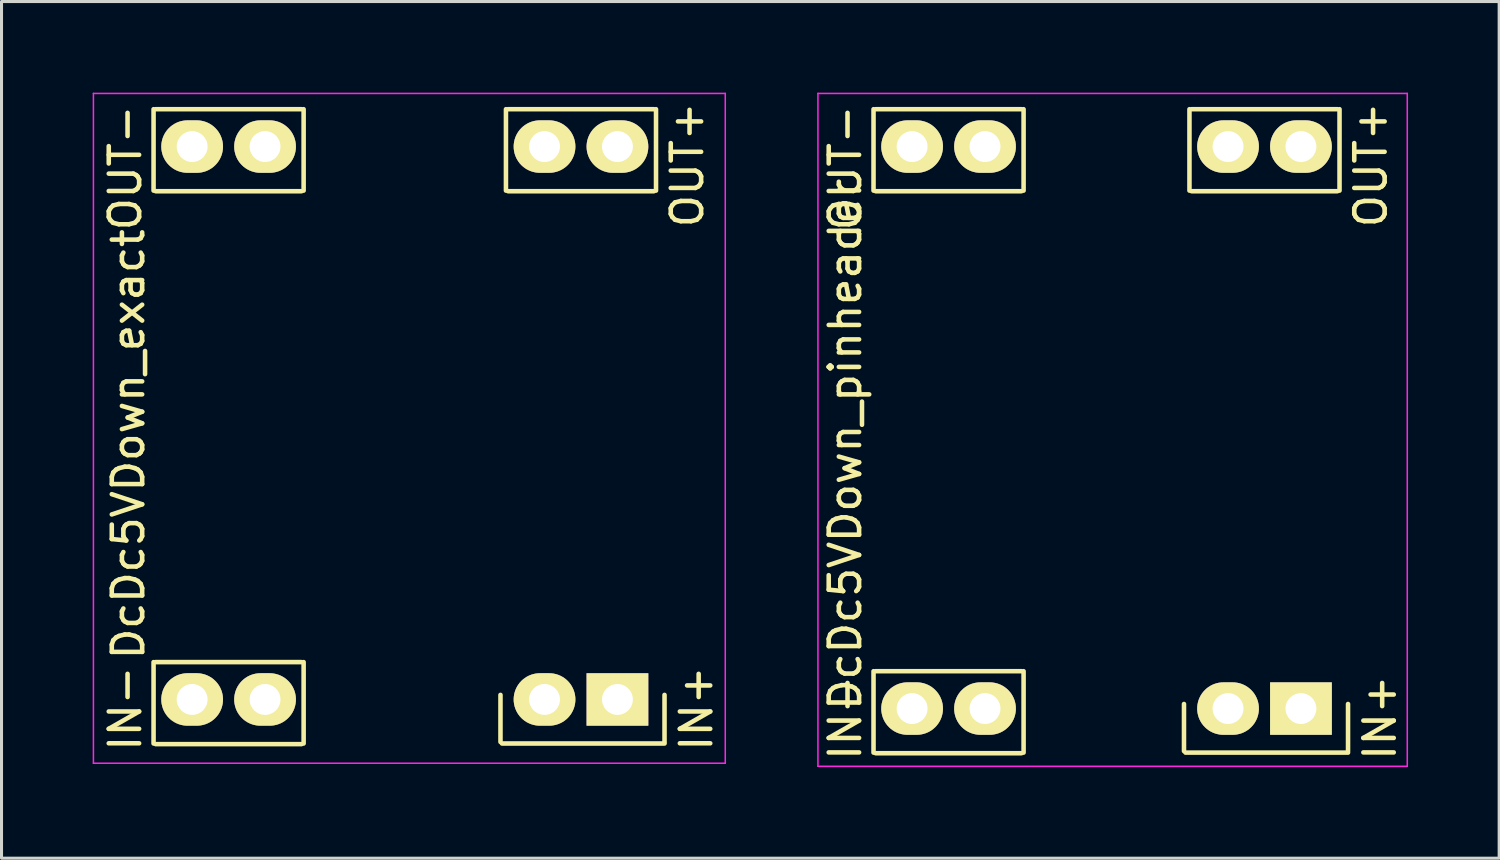
<source format=kicad_pcb>
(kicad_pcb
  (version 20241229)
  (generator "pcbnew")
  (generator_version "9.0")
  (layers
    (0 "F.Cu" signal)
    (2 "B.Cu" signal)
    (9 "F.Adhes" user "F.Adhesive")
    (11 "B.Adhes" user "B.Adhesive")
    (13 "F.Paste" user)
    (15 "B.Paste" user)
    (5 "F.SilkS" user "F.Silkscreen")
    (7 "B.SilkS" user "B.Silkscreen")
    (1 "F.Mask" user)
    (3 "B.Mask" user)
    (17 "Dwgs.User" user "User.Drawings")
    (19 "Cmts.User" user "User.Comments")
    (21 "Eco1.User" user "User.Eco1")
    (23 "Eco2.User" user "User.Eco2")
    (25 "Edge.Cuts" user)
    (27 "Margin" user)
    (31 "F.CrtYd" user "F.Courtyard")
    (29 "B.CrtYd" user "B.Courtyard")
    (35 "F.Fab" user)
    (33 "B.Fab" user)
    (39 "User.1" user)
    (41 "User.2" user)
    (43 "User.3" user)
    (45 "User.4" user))
  (footprint "DcDc5VDown_exact"
    (layer "F.Cu")
    (at 10.275 1.475)
    (property "Reference" "DcDc5VDown_exact" (at -9.1 10.1 90) (layer "F.SilkS") (effects (font (size 1 1) (thickness 0.15))))
    (attr through_hole)
    (fp_line (start -8.27 -0.93) (end -8.27 1.75) (stroke (width 0.15) (type solid)) (layer "F.SilkS"))
    (fp_line (start -8.27 17.27) (end -8.27 19.95) (stroke (width 0.15) (type solid)) (layer "F.SilkS"))
    (fp_line (start -8.2 -0.93) (end -3.4 -0.93) (stroke (width 0.15) (type solid)) (layer "F.SilkS"))
    (fp_line (start -8.2 1.77) (end -3.4 1.77) (stroke (width 0.15) (type solid)) (layer "F.SilkS"))
    (fp_line (start -8.2 17.27) (end -3.4 17.27) (stroke (width 0.15) (type solid)) (layer "F.SilkS"))
    (fp_line (start -8.2 19.97) (end -3.4 19.97) (stroke (width 0.15) (type solid)) (layer "F.SilkS"))
    (fp_line (start -3.33 1.75) (end -3.33 -0.93) (stroke (width 0.15) (type solid)) (layer "F.SilkS"))
    (fp_line (start -3.33 19.95) (end -3.33 17.27) (stroke (width 0.15) (type solid)) (layer "F.SilkS"))
    (fp_line (start 3.15 19.9) (end 3.15 18.35) (stroke (width 0.15) (type solid)) (layer "F.SilkS"))
    (fp_line (start 3.2 19.95) (end 8.55 19.95) (stroke (width 0.15) (type solid)) (layer "F.SilkS"))
    (fp_line (start 3.33 -0.93) (end 3.33 1.75) (stroke (width 0.15) (type solid)) (layer "F.SilkS"))
    (fp_line (start 3.4 -0.93) (end 8.2 -0.93) (stroke (width 0.15) (type solid)) (layer "F.SilkS"))
    (fp_line (start 3.4 1.77) (end 8.2 1.77) (stroke (width 0.15) (type solid)) (layer "F.SilkS"))
    (fp_line (start 8.27 1.75) (end 8.27 -0.93) (stroke (width 0.15) (type solid)) (layer "F.SilkS"))
    (fp_line (start 8.55 18.35) (end 8.55 19.9) (stroke (width 0.15) (type solid)) (layer "F.SilkS"))
    (fp_line (start -10.25 -1.45) (end -10.25 20.6) (stroke (width 0.05) (type solid)) (layer "F.CrtYd"))
    (fp_line (start -10.25 -1.45) (end 10.55 -1.45) (stroke (width 0.05) (type solid)) (layer "F.CrtYd"))
    (fp_line (start -10.25 20.6) (end 10.55 20.6) (stroke (width 0.05) (type solid)) (layer "F.CrtYd"))
    (fp_line (start 10.55 -1.45) (end 10.55 20.6) (stroke (width 0.05) (type solid)) (layer "F.CrtYd"))
    (fp_text user "IN+" (at 9.6 18.8 90) (layer "F.SilkS") (effects (font (size 1 1) (thickness 0.15))))
    (fp_text user "OUT+" (at 9.3 0.9 90) (layer "F.SilkS") (effects (font (size 1 1) (thickness 0.15))))
    (fp_text user "IN-" (at -9.2 18.8 90) (layer "F.SilkS") (effects (font (size 1 1) (thickness 0.15))))
    (fp_text user "OUT-" (at -9.2 1 90) (layer "F.SilkS") (effects (font (size 1 1) (thickness 0.15))))
    (pad "1" thru_hole oval (at 4.6 18.5) (size 2.032 1.727) (drill 1.016) (layers "*.Cu" "*.Mask" "F.SilkS"))
    (pad "1" thru_hole rect (at 7 18.5) (size 2.032 1.727) (drill 1.016) (layers "*.Cu" "*.Mask" "F.SilkS"))
    (pad "2" thru_hole oval (at -7 18.5) (size 2.032 1.727) (drill 1.016) (layers "*.Cu" "*.Mask" "F.SilkS"))
    (pad "2" thru_hole oval (at -4.6 18.5) (size 2.032 1.727) (drill 1.016) (layers "*.Cu" "*.Mask" "F.SilkS"))
    (pad "3" thru_hole oval (at 4.6 0.3) (size 2.032 1.727) (drill 1.016) (layers "*.Cu" "*.Mask" "F.SilkS"))
    (pad "3" thru_hole oval (at 7 0.3) (size 2.032 1.727) (drill 1.016) (layers "*.Cu" "*.Mask" "F.SilkS"))
    (pad "4" thru_hole oval (at -7 0.3) (size 2.032 1.727) (drill 1.016) (layers "*.Cu" "*.Mask" "F.SilkS"))
    (pad "4" thru_hole oval (at -4.6 0.3) (size 2.032 1.727) (drill 1.016) (layers "*.Cu" "*.Mask" "F.SilkS")))
  (footprint "DcDc5VDown_pinheader"
    (layer "F.Cu")
    (at 33.375 1.475)
    (property "Reference" "DcDc5VDown_pinheader" (at -8.6 10.1 90) (layer "F.SilkS") (effects (font (size 1 1) (thickness 0.15))))
    (attr through_hole)
    (fp_line (start -7.67 -0.93) (end -7.67 1.75) (stroke (width 0.15) (type solid)) (layer "F.SilkS"))
    (fp_line (start -7.67 17.57) (end -7.67 20.25) (stroke (width 0.15) (type solid)) (layer "F.SilkS"))
    (fp_line (start -7.6 -0.93) (end -2.8 -0.93) (stroke (width 0.15) (type solid)) (layer "F.SilkS"))
    (fp_line (start -7.6 1.77) (end -2.8 1.77) (stroke (width 0.15) (type solid)) (layer "F.SilkS"))
    (fp_line (start -7.6 17.57) (end -2.8 17.57) (stroke (width 0.15) (type solid)) (layer "F.SilkS"))
    (fp_line (start -7.6 20.27) (end -2.8 20.27) (stroke (width 0.15) (type solid)) (layer "F.SilkS"))
    (fp_line (start -2.73 1.75) (end -2.73 -0.93) (stroke (width 0.15) (type solid)) (layer "F.SilkS"))
    (fp_line (start -2.73 20.25) (end -2.73 17.57) (stroke (width 0.15) (type solid)) (layer "F.SilkS"))
    (fp_line (start 2.55 20.2) (end 2.55 18.65) (stroke (width 0.15) (type solid)) (layer "F.SilkS"))
    (fp_line (start 2.6 20.25) (end 7.95 20.25) (stroke (width 0.15) (type solid)) (layer "F.SilkS"))
    (fp_line (start 2.73 -0.93) (end 2.73 1.75) (stroke (width 0.15) (type solid)) (layer "F.SilkS"))
    (fp_line (start 2.8 -0.93) (end 7.6 -0.93) (stroke (width 0.15) (type solid)) (layer "F.SilkS"))
    (fp_line (start 2.8 1.77) (end 7.6 1.77) (stroke (width 0.15) (type solid)) (layer "F.SilkS"))
    (fp_line (start 7.67 1.75) (end 7.67 -0.93) (stroke (width 0.15) (type solid)) (layer "F.SilkS"))
    (fp_line (start 7.95 18.65) (end 7.95 20.2) (stroke (width 0.15) (type solid)) (layer "F.SilkS"))
    (fp_line (start -9.5 -1.45) (end -9.5 20.7) (stroke (width 0.05) (type solid)) (layer "F.CrtYd"))
    (fp_line (start -9.5 -1.45) (end 9.9 -1.45) (stroke (width 0.05) (type solid)) (layer "F.CrtYd"))
    (fp_line (start -9.5 20.7) (end 9.9 20.7) (stroke (width 0.05) (type solid)) (layer "F.CrtYd"))
    (fp_line (start 9.9 -1.45) (end 9.9 20.7) (stroke (width 0.05) (type solid)) (layer "F.CrtYd"))
    (fp_text user "OUT-" (at -8.6 1 90) (layer "F.SilkS") (effects (font (size 1 1) (thickness 0.15))))
    (fp_text user "OUT+" (at 8.7 0.9 90) (layer "F.SilkS") (effects (font (size 1 1) (thickness 0.15))))
    (fp_text user "IN+" (at 9 19.1 90) (layer "F.SilkS") (effects (font (size 1 1) (thickness 0.15))))
    (fp_text user "IN-" (at -8.6 19.1 90) (layer "F.SilkS") (effects (font (size 1 1) (thickness 0.15))))
    (pad "1" thru_hole oval (at 4 18.8) (size 2.032 1.727) (drill 1.016) (layers "*.Cu" "*.Mask" "F.SilkS"))
    (pad "1" thru_hole rect (at 6.4 18.8) (size 2.032 1.727) (drill 1.016) (layers "*.Cu" "*.Mask" "F.SilkS"))
    (pad "2" thru_hole oval (at -6.4 18.8) (size 2.032 1.727) (drill 1.016) (layers "*.Cu" "*.Mask" "F.SilkS"))
    (pad "2" thru_hole oval (at -4 18.8) (size 2.032 1.727) (drill 1.016) (layers "*.Cu" "*.Mask" "F.SilkS"))
    (pad "3" thru_hole oval (at 4 0.3) (size 2.032 1.727) (drill 1.016) (layers "*.Cu" "*.Mask" "F.SilkS"))
    (pad "3" thru_hole oval (at 6.4 0.3) (size 2.032 1.727) (drill 1.016) (layers "*.Cu" "*.Mask" "F.SilkS"))
    (pad "4" thru_hole oval (at -6.4 0.3) (size 2.032 1.727) (drill 1.016) (layers "*.Cu" "*.Mask" "F.SilkS"))
    (pad "4" thru_hole oval (at -4 0.3) (size 2.032 1.727) (drill 1.016) (layers "*.Cu" "*.Mask" "F.SilkS")))
  (gr_rect
    (start -3 -3)
    (end 46.3 25.2)
    (stroke (width 0.1) (type default))
    (fill no)
    (layer "Edge.Cuts")))
</source>
